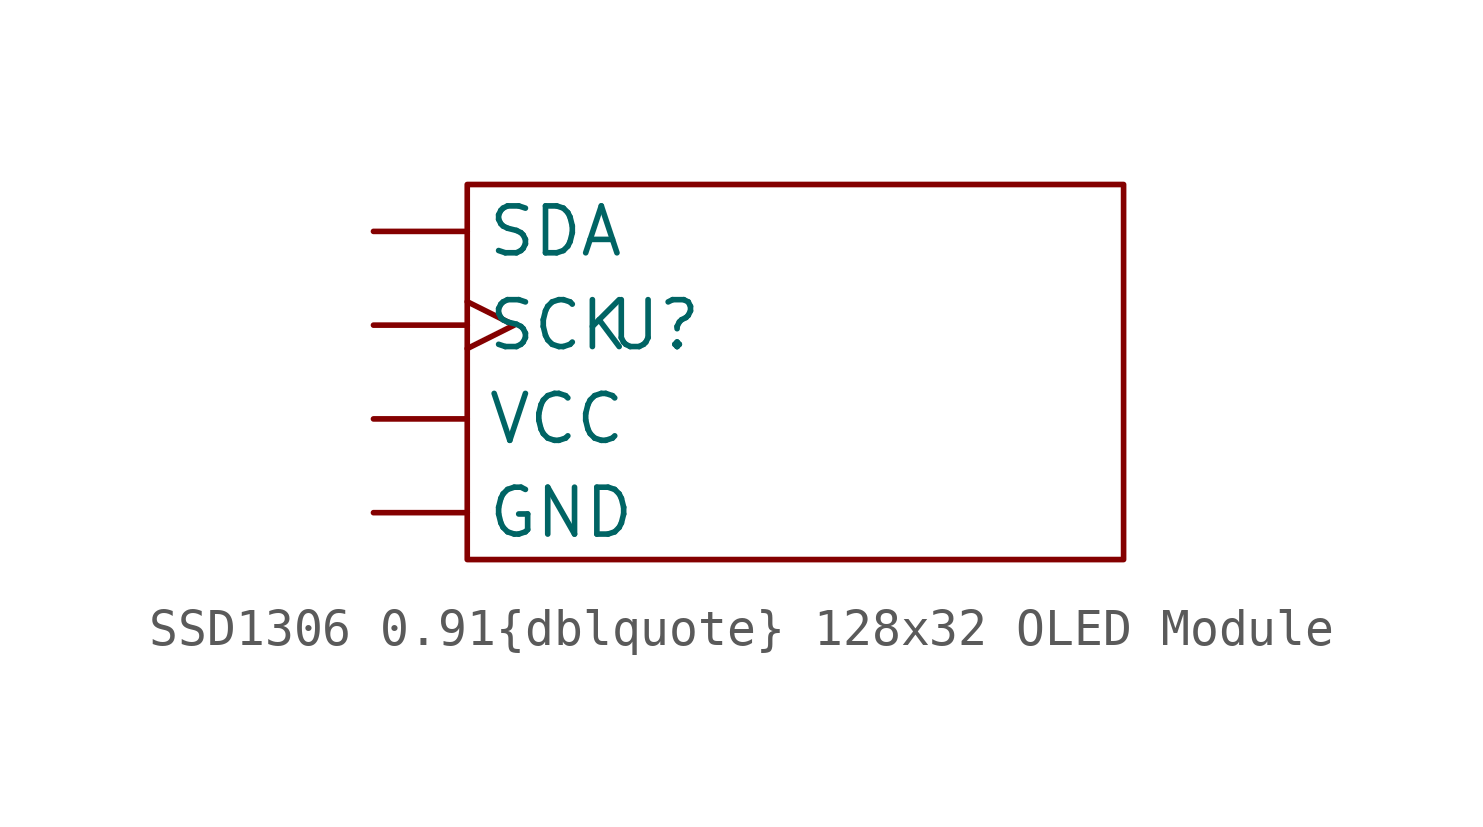
<source format=kicad_sym>
(kicad_symbol_lib
  (version 20231120)
  (generator "kicad_symbol_editor")
  (generator_version "8.0")
  (symbol "SSD1306 0.91{dblquote} 128x32 OLED Module"
    (property "Reference" "U"
      (at 0 1.27 0)
      (effects (font (size 1.27 1.27))))
    (property "Value" ""
      (at 0 1.27 0)
      (effects (font (size 1.27 1.27))))
    (symbol "SSD1306 0.91{dblquote} 128x32 OLED Module_0_1"
      (rectangle (start -5.08 5.08) (end 12.7 -5.08) (stroke (width 0) (type default)) (fill (type none))))
    (symbol "SSD1306 0.91{dblquote} 128x32 OLED Module_1_1"
      (pin passive line (at -7.62 -3.81 0) (length 2.54) (name "GND" (effects (font (size 1.27 1.27)))) (number "" (effects (font (size 1.27 1.27)))))
      (pin input clock (at -7.62 1.27 0) (length 2.54) (name "SCK" (effects (font (size 1.27 1.27)))) (number "" (effects (font (size 1.27 1.27)))))
      (pin input line (at -7.62 3.81 0) (length 2.54) (name "SDA" (effects (font (size 1.27 1.27)))) (number "" (effects (font (size 1.27 1.27)))))
      (pin passive line (at -7.62 -1.27 0) (length 2.54) (name "VCC" (effects (font (size 1.27 1.27)))) (number "" (effects (font (size 1.27 1.27))))))))
</source>
